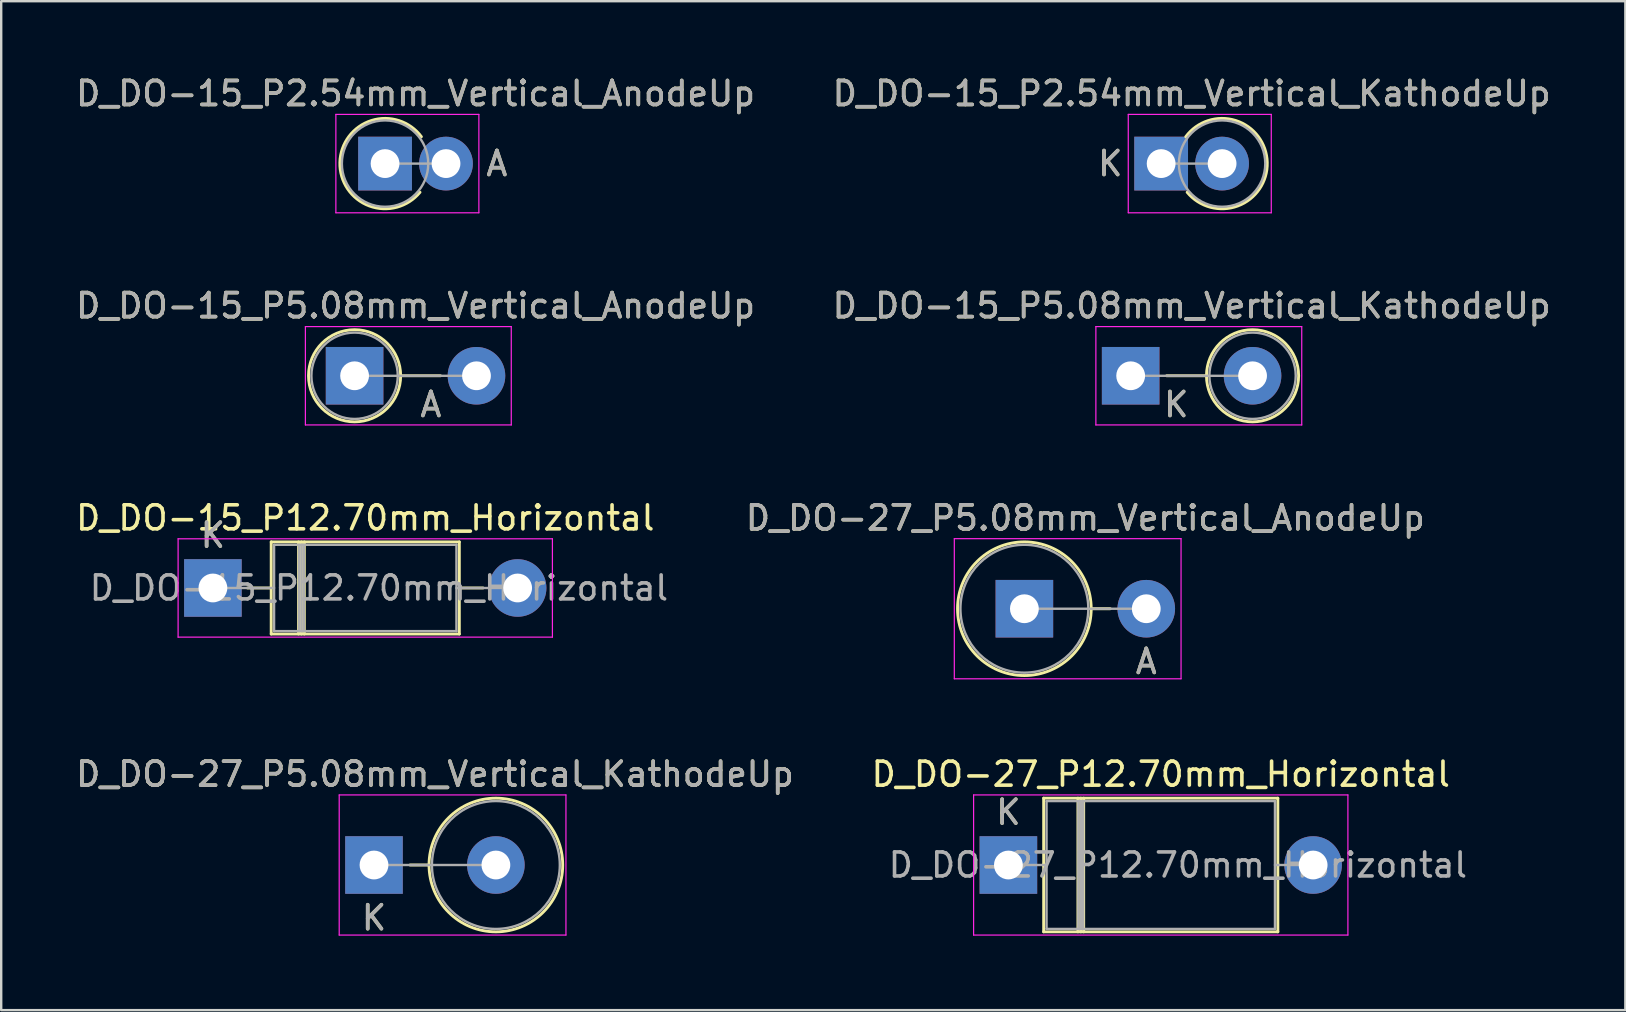
<source format=kicad_pcb>
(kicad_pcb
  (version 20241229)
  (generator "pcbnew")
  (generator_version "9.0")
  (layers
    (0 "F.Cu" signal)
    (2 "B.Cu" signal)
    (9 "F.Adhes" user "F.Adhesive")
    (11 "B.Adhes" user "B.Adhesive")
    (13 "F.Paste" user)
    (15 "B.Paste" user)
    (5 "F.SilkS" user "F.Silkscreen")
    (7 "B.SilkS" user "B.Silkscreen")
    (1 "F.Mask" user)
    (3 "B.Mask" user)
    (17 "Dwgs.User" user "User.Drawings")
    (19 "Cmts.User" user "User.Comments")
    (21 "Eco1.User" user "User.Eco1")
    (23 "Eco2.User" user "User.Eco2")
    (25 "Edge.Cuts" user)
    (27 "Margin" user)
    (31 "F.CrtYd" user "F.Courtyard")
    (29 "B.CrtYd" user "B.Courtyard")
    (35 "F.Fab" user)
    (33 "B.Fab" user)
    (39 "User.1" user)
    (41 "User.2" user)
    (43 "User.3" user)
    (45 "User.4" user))
  (footprint "D_DO-27_P5.08mm_Vertical_AnodeUp"
    (layer "F.Cu")
    (at 39.643 22.32)
    (property "Reference" "D_DO-27_P5.08mm_Vertical_AnodeUp" (at 2.54 -3.785 0) (layer "F.SilkS") (effects (font (size 1 1) (thickness 0.15))))
    (attr through_hole)
    (fp_line (start 2.785 0) (end 3.58 0) (stroke (width 0.12) (type solid)) (layer "F.SilkS"))
    (fp_circle (center 0 0) (end 2.785 0) (stroke (width 0.12) (type solid)) (fill no) (layer "F.SilkS"))
    (fp_line (start -2.92 -2.92) (end -2.92 2.92) (stroke (width 0.05) (type solid)) (layer "F.CrtYd"))
    (fp_line (start -2.92 2.92) (end 6.53 2.92) (stroke (width 0.05) (type solid)) (layer "F.CrtYd"))
    (fp_line (start 6.53 -2.92) (end -2.92 -2.92) (stroke (width 0.05) (type solid)) (layer "F.CrtYd"))
    (fp_line (start 6.53 2.92) (end 6.53 -2.92) (stroke (width 0.05) (type solid)) (layer "F.CrtYd"))
    (fp_line (start 0 0) (end 5.08 0) (stroke (width 0.1) (type solid)) (layer "F.Fab"))
    (fp_circle (center 0 0) (end 2.665 0) (stroke (width 0.1) (type solid)) (fill no) (layer "F.Fab"))
    (fp_text user "A" (at 5.08 2.2 0) (layer "F.SilkS") (effects (font (size 1 1) (thickness 0.15))))
    (fp_text user "${REFERENCE}" (at 2.54 -3.785 0) (layer "F.Fab") (effects (font (size 1 1) (thickness 0.15))))
    (fp_text user "A" (at 5.08 2.2 0) (layer "F.Fab") (effects (font (size 1 1) (thickness 0.15))))
    (pad "1" thru_hole rect (at 0 0) (size 2.4 2.4) (drill 1.2) (layers "*.Cu" "*.Mask"))
    (pad "2" thru_hole oval (at 5.08 0) (size 2.4 2.4) (drill 1.2) (layers "*.Cu" "*.Mask")))
  (footprint "D_DO-15_P12.70mm_Horizontal"
    (layer "F.Cu")
    (at 5.823 21.455)
    (property "Reference" "D_DO-15_P12.70mm_Horizontal" (at 6.35 -2.92 0) (layer "F.SilkS") (effects (font (size 1 1) (thickness 0.15))))
    (attr through_hole)
    (fp_line (start 1.44 0) (end 2.43 0) (stroke (width 0.12) (type solid)) (layer "F.SilkS"))
    (fp_line (start 2.43 -1.92) (end 2.43 1.92) (stroke (width 0.12) (type solid)) (layer "F.SilkS"))
    (fp_line (start 2.43 1.92) (end 10.27 1.92) (stroke (width 0.12) (type solid)) (layer "F.SilkS"))
    (fp_line (start 3.57 -1.92) (end 3.57 1.92) (stroke (width 0.12) (type solid)) (layer "F.SilkS"))
    (fp_line (start 3.69 -1.92) (end 3.69 1.92) (stroke (width 0.12) (type solid)) (layer "F.SilkS"))
    (fp_line (start 3.81 -1.92) (end 3.81 1.92) (stroke (width 0.12) (type solid)) (layer "F.SilkS"))
    (fp_line (start 10.27 -1.92) (end 2.43 -1.92) (stroke (width 0.12) (type solid)) (layer "F.SilkS"))
    (fp_line (start 10.27 1.92) (end 10.27 -1.92) (stroke (width 0.12) (type solid)) (layer "F.SilkS"))
    (fp_line (start 11.26 0) (end 10.27 0) (stroke (width 0.12) (type solid)) (layer "F.SilkS"))
    (fp_line (start -1.45 -2.05) (end -1.45 2.05) (stroke (width 0.05) (type solid)) (layer "F.CrtYd"))
    (fp_line (start -1.45 2.05) (end 14.15 2.05) (stroke (width 0.05) (type solid)) (layer "F.CrtYd"))
    (fp_line (start 14.15 -2.05) (end -1.45 -2.05) (stroke (width 0.05) (type solid)) (layer "F.CrtYd"))
    (fp_line (start 14.15 2.05) (end 14.15 -2.05) (stroke (width 0.05) (type solid)) (layer "F.CrtYd"))
    (fp_line (start 0 0) (end 2.55 0) (stroke (width 0.1) (type solid)) (layer "F.Fab"))
    (fp_line (start 2.55 -1.8) (end 2.55 1.8) (stroke (width 0.1) (type solid)) (layer "F.Fab"))
    (fp_line (start 2.55 1.8) (end 10.15 1.8) (stroke (width 0.1) (type solid)) (layer "F.Fab"))
    (fp_line (start 3.59 -1.8) (end 3.59 1.8) (stroke (width 0.1) (type solid)) (layer "F.Fab"))
    (fp_line (start 3.69 -1.8) (end 3.69 1.8) (stroke (width 0.1) (type solid)) (layer "F.Fab"))
    (fp_line (start 3.79 -1.8) (end 3.79 1.8) (stroke (width 0.1) (type solid)) (layer "F.Fab"))
    (fp_line (start 10.15 -1.8) (end 2.55 -1.8) (stroke (width 0.1) (type solid)) (layer "F.Fab"))
    (fp_line (start 10.15 1.8) (end 10.15 -1.8) (stroke (width 0.1) (type solid)) (layer "F.Fab"))
    (fp_line (start 12.7 0) (end 10.15 0) (stroke (width 0.1) (type solid)) (layer "F.Fab"))
    (fp_text user "K" (at 0 -2.2 0) (layer "F.SilkS") (effects (font (size 1 1) (thickness 0.15))))
    (fp_text user "K" (at 0 -2.2 0) (layer "F.Fab") (effects (font (size 1 1) (thickness 0.15))))
    (fp_text user "${REFERENCE}" (at 6.92 0 0) (layer "F.Fab") (effects (font (size 1 1) (thickness 0.15))))
    (pad "1" thru_hole rect (at 0 0) (size 2.4 2.4) (drill 1.2) (layers "*.Cu" "*.Mask"))
    (pad "2" thru_hole oval (at 12.7 0) (size 2.4 2.4) (drill 1.2) (layers "*.Cu" "*.Mask")))
  (footprint "D_DO-27_P12.70mm_Horizontal"
    (layer "F.Cu")
    (at 38.977 33.001)
    (property "Reference" "D_DO-27_P12.70mm_Horizontal" (at 6.35 -3.785 0) (layer "F.SilkS") (effects (font (size 1 1) (thickness 0.15))))
    (attr through_hole)
    (fp_line (start 1.44 0) (end 1.47 0) (stroke (width 0.12) (type solid)) (layer "F.SilkS"))
    (fp_line (start 1.47 -2.785) (end 1.47 2.785) (stroke (width 0.12) (type solid)) (layer "F.SilkS"))
    (fp_line (start 1.47 2.785) (end 11.23 2.785) (stroke (width 0.12) (type solid)) (layer "F.SilkS"))
    (fp_line (start 2.898 -2.785) (end 2.898 2.785) (stroke (width 0.12) (type solid)) (layer "F.SilkS"))
    (fp_line (start 3.018 -2.785) (end 3.018 2.785) (stroke (width 0.12) (type solid)) (layer "F.SilkS"))
    (fp_line (start 3.138 -2.785) (end 3.138 2.785) (stroke (width 0.12) (type solid)) (layer "F.SilkS"))
    (fp_line (start 11.23 -2.785) (end 1.47 -2.785) (stroke (width 0.12) (type solid)) (layer "F.SilkS"))
    (fp_line (start 11.23 2.785) (end 11.23 -2.785) (stroke (width 0.12) (type solid)) (layer "F.SilkS"))
    (fp_line (start 11.26 0) (end 11.23 0) (stroke (width 0.12) (type solid)) (layer "F.SilkS"))
    (fp_line (start -1.45 -2.92) (end -1.45 2.92) (stroke (width 0.05) (type solid)) (layer "F.CrtYd"))
    (fp_line (start -1.45 2.92) (end 14.15 2.92) (stroke (width 0.05) (type solid)) (layer "F.CrtYd"))
    (fp_line (start 14.15 -2.92) (end -1.45 -2.92) (stroke (width 0.05) (type solid)) (layer "F.CrtYd"))
    (fp_line (start 14.15 2.92) (end 14.15 -2.92) (stroke (width 0.05) (type solid)) (layer "F.CrtYd"))
    (fp_line (start 0 0) (end 1.59 0) (stroke (width 0.1) (type solid)) (layer "F.Fab"))
    (fp_line (start 1.59 -2.665) (end 1.59 2.665) (stroke (width 0.1) (type solid)) (layer "F.Fab"))
    (fp_line (start 1.59 2.665) (end 11.11 2.665) (stroke (width 0.1) (type solid)) (layer "F.Fab"))
    (fp_line (start 2.918 -2.665) (end 2.918 2.665) (stroke (width 0.1) (type solid)) (layer "F.Fab"))
    (fp_line (start 3.018 -2.665) (end 3.018 2.665) (stroke (width 0.1) (type solid)) (layer "F.Fab"))
    (fp_line (start 3.118 -2.665) (end 3.118 2.665) (stroke (width 0.1) (type solid)) (layer "F.Fab"))
    (fp_line (start 11.11 -2.665) (end 1.59 -2.665) (stroke (width 0.1) (type solid)) (layer "F.Fab"))
    (fp_line (start 11.11 2.665) (end 11.11 -2.665) (stroke (width 0.1) (type solid)) (layer "F.Fab"))
    (fp_line (start 12.7 0) (end 11.11 0) (stroke (width 0.1) (type solid)) (layer "F.Fab"))
    (fp_text user "K" (at 0 -2.2 0) (layer "F.SilkS") (effects (font (size 1 1) (thickness 0.15))))
    (fp_text user "${REFERENCE}" (at 7.064 0 0) (layer "F.Fab") (effects (font (size 1 1) (thickness 0.15))))
    (fp_text user "K" (at 0 -2.2 0) (layer "F.Fab") (effects (font (size 1 1) (thickness 0.15))))
    (pad "1" thru_hole rect (at 0 0) (size 2.4 2.4) (drill 1.2) (layers "*.Cu" "*.Mask"))
    (pad "2" thru_hole oval (at 12.7 0) (size 2.4 2.4) (drill 1.2) (layers "*.Cu" "*.Mask")))
  (footprint "D_DO-15_P5.08mm_Vertical_AnodeUp"
    (layer "F.Cu")
    (at 11.728 12.611)
    (property "Reference" "D_DO-15_P5.08mm_Vertical_AnodeUp" (at 2.54 -2.92 0) (layer "F.SilkS") (effects (font (size 1 1) (thickness 0.15))))
    (attr through_hole)
    (fp_line (start 1.92 0) (end 3.58 0) (stroke (width 0.12) (type solid)) (layer "F.SilkS"))
    (fp_circle (center 0 0) (end 1.92 0) (stroke (width 0.12) (type solid)) (fill no) (layer "F.SilkS"))
    (fp_line (start -2.05 -2.05) (end -2.05 2.05) (stroke (width 0.05) (type solid)) (layer "F.CrtYd"))
    (fp_line (start -2.05 2.05) (end 6.53 2.05) (stroke (width 0.05) (type solid)) (layer "F.CrtYd"))
    (fp_line (start 6.53 -2.05) (end -2.05 -2.05) (stroke (width 0.05) (type solid)) (layer "F.CrtYd"))
    (fp_line (start 6.53 2.05) (end 6.53 -2.05) (stroke (width 0.05) (type solid)) (layer "F.CrtYd"))
    (fp_line (start 0 0) (end 5.08 0) (stroke (width 0.1) (type solid)) (layer "F.Fab"))
    (fp_circle (center 0 0) (end 1.8 0) (stroke (width 0.1) (type solid)) (fill no) (layer "F.Fab"))
    (fp_text user "A" (at 3.18 1.2 0) (layer "F.SilkS") (effects (font (size 1 1) (thickness 0.15))))
    (fp_text user "${REFERENCE}" (at 2.54 -2.92 0) (layer "F.Fab") (effects (font (size 1 1) (thickness 0.15))))
    (fp_text user "A" (at 3.18 1.2 0) (layer "F.Fab") (effects (font (size 1 1) (thickness 0.15))))
    (pad "1" thru_hole rect (at 0 0) (size 2.4 2.4) (drill 1.2) (layers "*.Cu" "*.Mask"))
    (pad "2" thru_hole oval (at 5.08 0) (size 2.4 2.4) (drill 1.2) (layers "*.Cu" "*.Mask")))
  (footprint "D_DO-15_P2.54mm_Vertical_KathodeUp"
    (layer "F.Cu")
    (at 45.343 3.768)
    (property "Reference" "D_DO-15_P2.54mm_Vertical_KathodeUp" (at 1.27 -2.92 0) (layer "F.SilkS") (effects (font (size 1 1) (thickness 0.15))))
    (attr through_hole)
    (fp_arc (start 1.025404 -1.12) (mid 4.423124 -0.047368) (end 1.083629 1.194732) (stroke (width 0.12) (type solid)) (layer "F.SilkS"))
    (fp_line (start -1.37 -2.05) (end -1.37 2.05) (stroke (width 0.05) (type solid)) (layer "F.CrtYd"))
    (fp_line (start -1.37 2.05) (end 4.59 2.05) (stroke (width 0.05) (type solid)) (layer "F.CrtYd"))
    (fp_line (start 4.59 -2.05) (end -1.37 -2.05) (stroke (width 0.05) (type solid)) (layer "F.CrtYd"))
    (fp_line (start 4.59 2.05) (end 4.59 -2.05) (stroke (width 0.05) (type solid)) (layer "F.CrtYd"))
    (fp_line (start 0 0) (end 2.54 0) (stroke (width 0.1) (type solid)) (layer "F.Fab"))
    (fp_circle (center 2.54 0) (end 4.34 0) (stroke (width 0.1) (type solid)) (fill no) (layer "F.Fab"))
    (fp_text user "K" (at -2.12 0 0) (layer "F.SilkS") (effects (font (size 1 1) (thickness 0.15))))
    (fp_text user "K" (at -2.12 0 0) (layer "F.Fab") (effects (font (size 1 1) (thickness 0.15))))
    (fp_text user "${REFERENCE}" (at 1.27 -2.92 0) (layer "F.Fab") (effects (font (size 1 1) (thickness 0.15))))
    (pad "1" thru_hole rect (at 0 0) (size 2.24 2.24) (drill 1.2) (layers "*.Cu" "*.Mask"))
    (pad "2" thru_hole oval (at 2.54 0) (size 2.24 2.24) (drill 1.2) (layers "*.Cu" "*.Mask")))
  (footprint "D_DO-15_P2.54mm_Vertical_AnodeUp"
    (layer "F.Cu")
    (at 12.998 3.768)
    (property "Reference" "D_DO-15_P2.54mm_Vertical_AnodeUp" (at 1.27 -2.92 0) (layer "F.SilkS") (effects (font (size 1 1) (thickness 0.15))))
    (attr through_hole)
    (fp_arc (start 1.456371 1.194732) (mid -1.883124 -0.047368) (end 1.514596 -1.12) (stroke (width 0.12) (type solid)) (layer "F.SilkS"))
    (fp_line (start -2.05 -2.05) (end -2.05 2.05) (stroke (width 0.05) (type solid)) (layer "F.CrtYd"))
    (fp_line (start -2.05 2.05) (end 3.91 2.05) (stroke (width 0.05) (type solid)) (layer "F.CrtYd"))
    (fp_line (start 3.91 -2.05) (end -2.05 -2.05) (stroke (width 0.05) (type solid)) (layer "F.CrtYd"))
    (fp_line (start 3.91 2.05) (end 3.91 -2.05) (stroke (width 0.05) (type solid)) (layer "F.CrtYd"))
    (fp_line (start 0 0) (end 2.54 0) (stroke (width 0.1) (type solid)) (layer "F.Fab"))
    (fp_circle (center 0 0) (end 1.8 0) (stroke (width 0.1) (type solid)) (fill no) (layer "F.Fab"))
    (fp_text user "A" (at 4.66 0 0) (layer "F.SilkS") (effects (font (size 1 1) (thickness 0.15))))
    (fp_text user "A" (at 4.66 0 0) (layer "F.Fab") (effects (font (size 1 1) (thickness 0.15))))
    (fp_text user "${REFERENCE}" (at 1.27 -2.92 0) (layer "F.Fab") (effects (font (size 1 1) (thickness 0.15))))
    (pad "1" thru_hole rect (at 0 0) (size 2.24 2.24) (drill 1.2) (layers "*.Cu" "*.Mask"))
    (pad "2" thru_hole oval (at 2.54 0) (size 2.24 2.24) (drill 1.2) (layers "*.Cu" "*.Mask")))
  (footprint "D_DO-27_P5.08mm_Vertical_KathodeUp"
    (layer "F.Cu")
    (at 12.537 33.001)
    (property "Reference" "D_DO-27_P5.08mm_Vertical_KathodeUp" (at 2.54 -3.785 0) (layer "F.SilkS") (effects (font (size 1 1) (thickness 0.15))))
    (attr through_hole)
    (fp_line (start 2.295 0) (end 1.5 0) (stroke (width 0.12) (type solid)) (layer "F.SilkS"))
    (fp_circle (center 5.08 0) (end 7.865 0) (stroke (width 0.12) (type solid)) (fill no) (layer "F.SilkS"))
    (fp_line (start -1.45 -2.92) (end -1.45 2.92) (stroke (width 0.05) (type solid)) (layer "F.CrtYd"))
    (fp_line (start -1.45 2.92) (end 8 2.92) (stroke (width 0.05) (type solid)) (layer "F.CrtYd"))
    (fp_line (start 8 -2.92) (end -1.45 -2.92) (stroke (width 0.05) (type solid)) (layer "F.CrtYd"))
    (fp_line (start 8 2.92) (end 8 -2.92) (stroke (width 0.05) (type solid)) (layer "F.CrtYd"))
    (fp_line (start 0 0) (end 5.08 0) (stroke (width 0.1) (type solid)) (layer "F.Fab"))
    (fp_circle (center 5.08 0) (end 7.745 0) (stroke (width 0.1) (type solid)) (fill no) (layer "F.Fab"))
    (fp_text user "K" (at 0 2.2 0) (layer "F.SilkS") (effects (font (size 1 1) (thickness 0.15))))
    (fp_text user "K" (at 0 2.2 0) (layer "F.Fab") (effects (font (size 1 1) (thickness 0.15))))
    (fp_text user "${REFERENCE}" (at 2.54 -3.785 0) (layer "F.Fab") (effects (font (size 1 1) (thickness 0.15))))
    (pad "1" thru_hole rect (at 0 0) (size 2.4 2.4) (drill 1.2) (layers "*.Cu" "*.Mask"))
    (pad "2" thru_hole oval (at 5.08 0) (size 2.4 2.4) (drill 1.2) (layers "*.Cu" "*.Mask")))
  (footprint "D_DO-15_P5.08mm_Vertical_KathodeUp"
    (layer "F.Cu")
    (at 44.073 12.611)
    (property "Reference" "D_DO-15_P5.08mm_Vertical_KathodeUp" (at 2.54 -2.92 0) (layer "F.SilkS") (effects (font (size 1 1) (thickness 0.15))))
    (attr through_hole)
    (fp_line (start 3.16 0) (end 1.5 0) (stroke (width 0.12) (type solid)) (layer "F.SilkS"))
    (fp_circle (center 5.08 0) (end 7 0) (stroke (width 0.12) (type solid)) (fill no) (layer "F.SilkS"))
    (fp_line (start -1.45 -2.05) (end -1.45 2.05) (stroke (width 0.05) (type solid)) (layer "F.CrtYd"))
    (fp_line (start -1.45 2.05) (end 7.13 2.05) (stroke (width 0.05) (type solid)) (layer "F.CrtYd"))
    (fp_line (start 7.13 -2.05) (end -1.45 -2.05) (stroke (width 0.05) (type solid)) (layer "F.CrtYd"))
    (fp_line (start 7.13 2.05) (end 7.13 -2.05) (stroke (width 0.05) (type solid)) (layer "F.CrtYd"))
    (fp_line (start 0 0) (end 5.08 0) (stroke (width 0.1) (type solid)) (layer "F.Fab"))
    (fp_circle (center 5.08 0) (end 6.88 0) (stroke (width 0.1) (type solid)) (fill no) (layer "F.Fab"))
    (fp_text user "K" (at 1.9 1.2 0) (layer "F.SilkS") (effects (font (size 1 1) (thickness 0.15))))
    (fp_text user "${REFERENCE}" (at 2.54 -2.92 0) (layer "F.Fab") (effects (font (size 1 1) (thickness 0.15))))
    (fp_text user "K" (at 1.9 1.2 0) (layer "F.Fab") (effects (font (size 1 1) (thickness 0.15))))
    (pad "1" thru_hole rect (at 0 0) (size 2.4 2.4) (drill 1.2) (layers "*.Cu" "*.Mask"))
    (pad "2" thru_hole oval (at 5.08 0) (size 2.4 2.4) (drill 1.2) (layers "*.Cu" "*.Mask")))
  (gr_rect
    (start -3 -3)
    (end 64.69 39.05)
    (stroke (width 0.1) (type default))
    (fill no)
    (layer "Edge.Cuts")))
</source>
